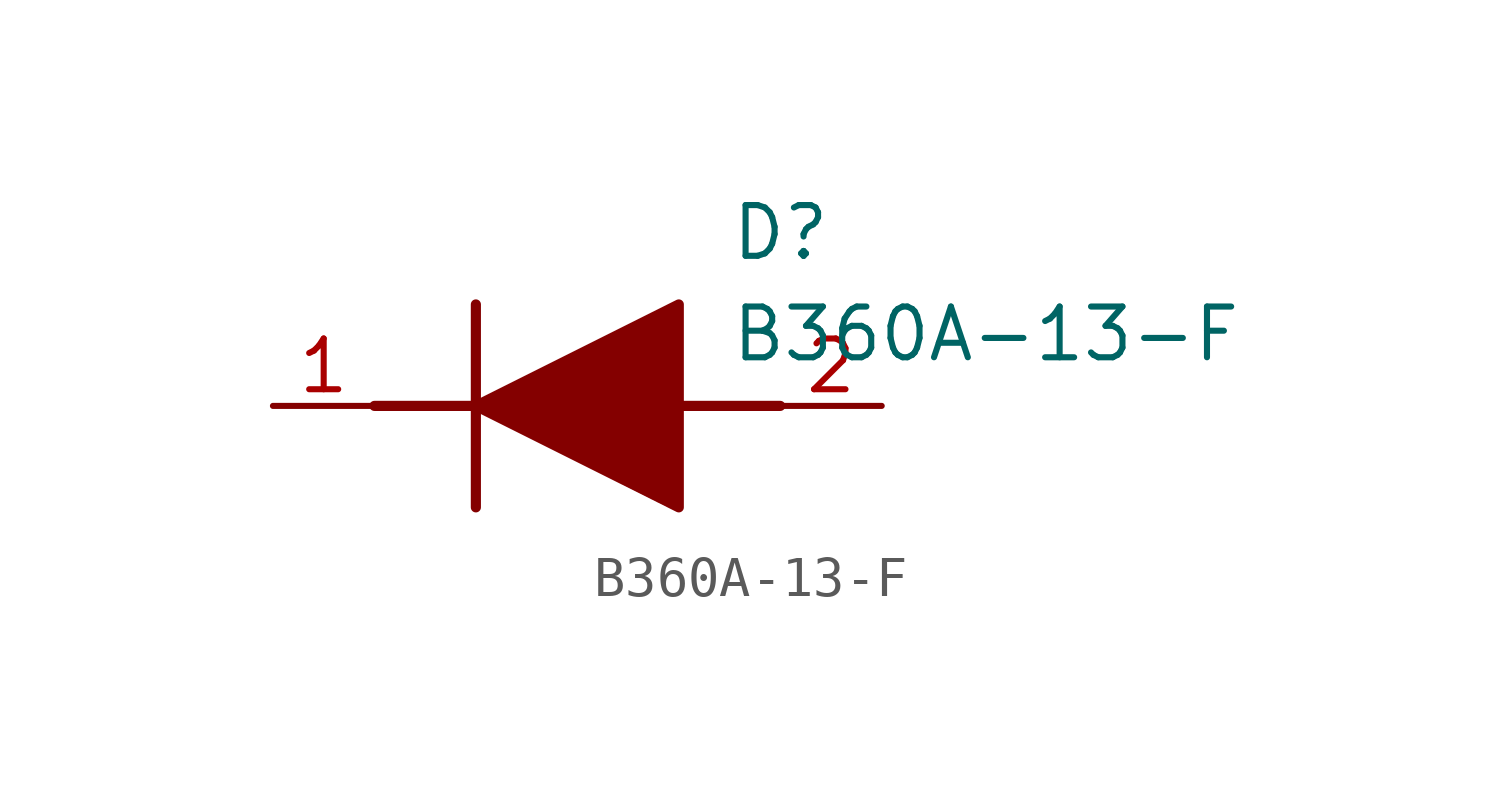
<source format=kicad_sym>
(kicad_symbol_lib
  (version 20211014)
  (generator SamacSys_ECAD_Model)
  (symbol "B360A-13-F"
    (pin_names hide)
    (property "Reference" "D"
      (at 11.43 5.08 0)
      (effects (font (size 1.27 1.27)) (justify left top)))
    (property "Value" "B360A-13-F"
      (at 11.43 2.54 0)
      (effects (font (size 1.27 1.27)) (justify left top)))
    (polyline
      (pts (xy 5.08 2.54) (xy 5.08 -2.54))
      (stroke (width 0.254) (type default))
      (fill (type none)))
    (polyline
      (pts (xy 2.54 0) (xy 5.08 0))
      (stroke (width 0.254) (type default))
      (fill (type none)))
    (polyline
      (pts (xy 10.16 0) (xy 12.7 0))
      (stroke (width 0.254) (type default))
      (fill (type none)))
    (polyline
      (pts (xy 5.08 0) (xy 10.16 2.54) (xy 10.16 -2.54) (xy 5.08 0))
      (stroke (width 0.254) (type default))
      (fill (type outline)))
    (pin passive line
      (at 0 0 0)
      (length 2.54)
      (name "K" (effects (font (size 1.27 1.27))))
      (number "1" (effects (font (size 1.27 1.27)))))
    (pin passive line
      (at 15.24 0 180)
      (length 2.54)
      (name "A" (effects (font (size 1.27 1.27))))
      (number "2" (effects (font (size 1.27 1.27)))))))
</source>
